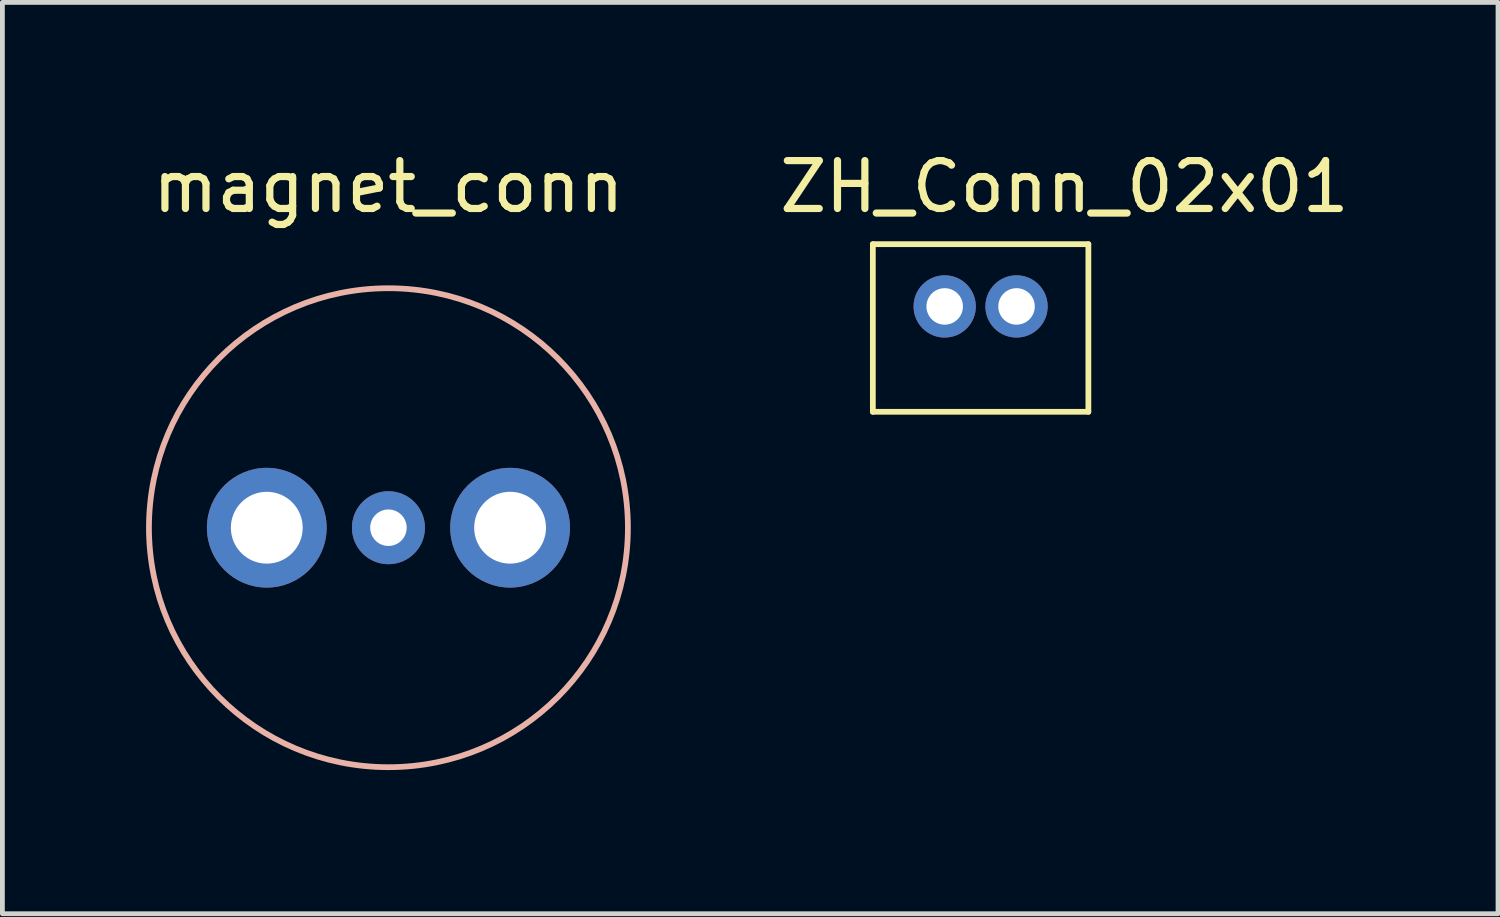
<source format=kicad_pcb>
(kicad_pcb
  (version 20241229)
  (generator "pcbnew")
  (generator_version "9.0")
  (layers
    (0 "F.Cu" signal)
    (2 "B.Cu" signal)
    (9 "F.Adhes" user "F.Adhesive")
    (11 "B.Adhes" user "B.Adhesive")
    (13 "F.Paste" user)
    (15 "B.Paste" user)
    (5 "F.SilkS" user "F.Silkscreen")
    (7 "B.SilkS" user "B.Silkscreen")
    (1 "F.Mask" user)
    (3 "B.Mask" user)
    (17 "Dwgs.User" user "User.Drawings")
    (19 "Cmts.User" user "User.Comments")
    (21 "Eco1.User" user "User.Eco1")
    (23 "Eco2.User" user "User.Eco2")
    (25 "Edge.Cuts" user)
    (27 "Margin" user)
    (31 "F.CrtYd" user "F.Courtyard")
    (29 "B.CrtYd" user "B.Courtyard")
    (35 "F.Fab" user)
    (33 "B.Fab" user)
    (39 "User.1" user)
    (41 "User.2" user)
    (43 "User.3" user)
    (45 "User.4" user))
  (footprint "magnet_conn"
    (layer "F.Cu")
    (at 5.06 7.968)
    (property "Reference" "magnet_conn" (at 0 -7.12 0) (layer "F.SilkS") (effects (font (size 1 1) (thickness 0.15))))
    (attr through_hole)
    (fp_circle (center 0 0) (end 5 0) (stroke (width 0.12) (type solid)) (fill no) (layer "B.SilkS"))
    (pad "1" thru_hole circle (at 0 0) (size 1.524 1.524) (drill 0.762) (layers "*.Cu" "*.Mask"))
    (pad "2" thru_hole circle (at -2.54 0) (size 2.5 2.5) (drill 1.5) (layers "*.Cu" "*.Mask"))
    (pad "2" thru_hole circle (at 2.54 0) (size 2.5 2.5) (drill 1.5) (layers "*.Cu" "*.Mask")))
  (footprint "ZH_Conn_02x01"
    (layer "F.Cu")
    (at 20.174 0.348)
    (property "Reference" "ZH_Conn_02x01" (at -1 0.5 0) (layer "F.SilkS") (effects (font (size 1 1) (thickness 0.15))))
    (attr through_hole)
    (fp_line (start -5 1.7) (end -0.5 1.7) (stroke (width 0.12) (type solid)) (layer "F.SilkS"))
    (fp_line (start -5 5.2) (end -5 1.7) (stroke (width 0.12) (type solid)) (layer "F.SilkS"))
    (fp_line (start -0.5 1.7) (end -0.5 5.2) (stroke (width 0.12) (type solid)) (layer "F.SilkS"))
    (fp_line (start -0.5 5.2) (end -5 5.2) (stroke (width 0.12) (type solid)) (layer "F.SilkS"))
    (pad "1" thru_hole circle (at -3.5 3) (size 1.3 1.3) (drill 0.762) (layers "*.Cu" "*.Mask"))
    (pad "2" thru_hole circle (at -2 3) (size 1.3 1.3) (drill 0.762) (layers "*.Cu" "*.Mask")))
  (gr_rect
    (start -3 -3)
    (end 28.227 16.028)
    (stroke (width 0.1) (type default))
    (fill no)
    (layer "Edge.Cuts")))
</source>
